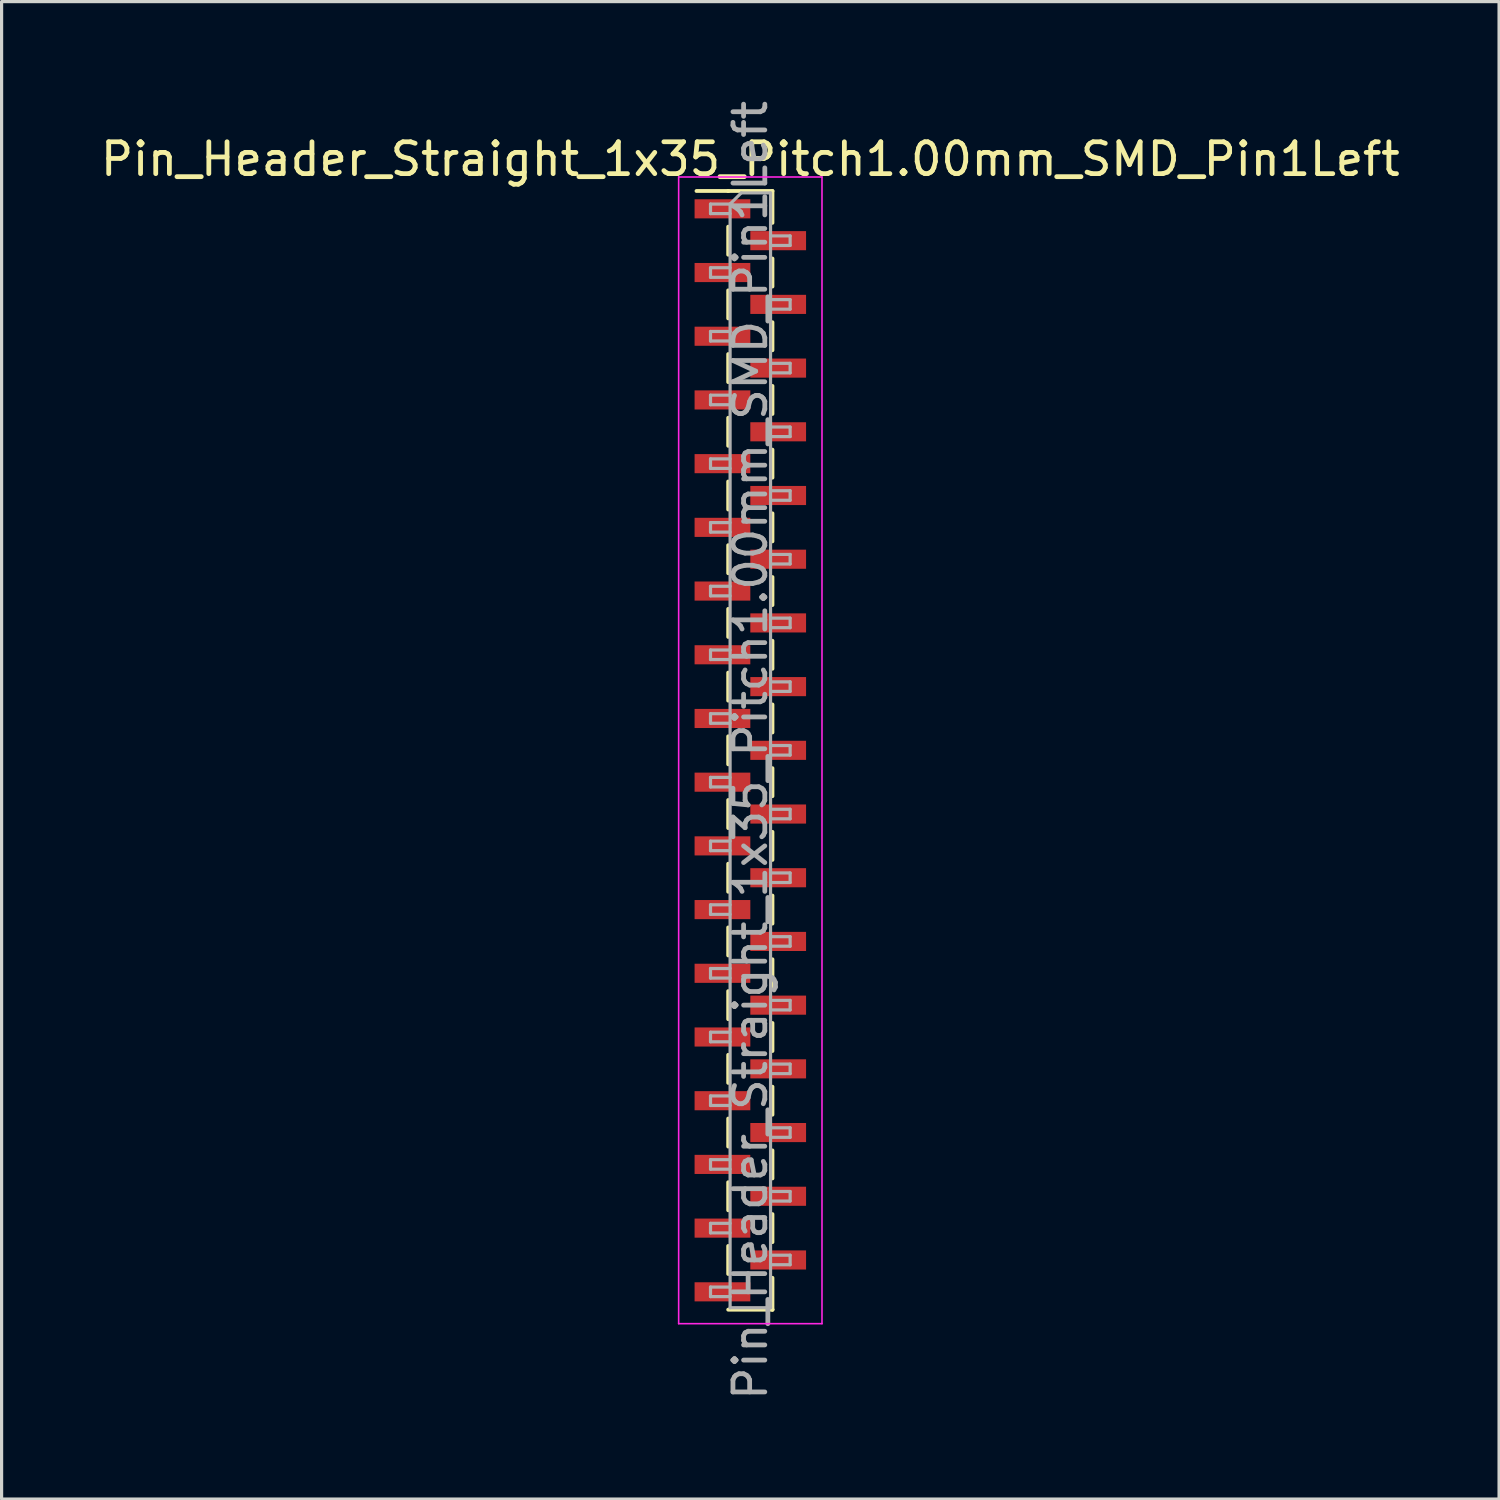
<source format=kicad_pcb>
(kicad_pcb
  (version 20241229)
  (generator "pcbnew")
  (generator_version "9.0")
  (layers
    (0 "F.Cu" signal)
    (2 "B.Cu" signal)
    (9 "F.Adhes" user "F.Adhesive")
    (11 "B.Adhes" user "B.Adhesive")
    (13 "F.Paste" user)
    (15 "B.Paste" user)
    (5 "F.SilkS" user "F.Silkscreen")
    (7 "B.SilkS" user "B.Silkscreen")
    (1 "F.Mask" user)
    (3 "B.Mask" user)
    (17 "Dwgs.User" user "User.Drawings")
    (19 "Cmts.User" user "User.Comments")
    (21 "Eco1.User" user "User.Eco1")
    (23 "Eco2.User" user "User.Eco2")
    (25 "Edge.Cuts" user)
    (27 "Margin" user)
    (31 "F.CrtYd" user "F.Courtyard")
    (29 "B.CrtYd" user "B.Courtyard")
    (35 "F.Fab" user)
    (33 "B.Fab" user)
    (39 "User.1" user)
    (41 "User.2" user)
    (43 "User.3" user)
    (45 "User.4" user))
  (footprint "Pin_Header_Straight_1x35_Pitch1.00mm_SMD_Pin1Left"
    (layer "F.Cu")
    (at 20.506 20.506)
    (property "Reference" "Pin_Header_Straight_1x35_Pitch1.00mm_SMD_Pin1Left" (at 0 -18.56 0) (layer "F.SilkS") (effects (font (size 1 1) (thickness 0.15))))
    (attr smd)
    (fp_line (start -0.695 -17.56) (end -1.69 -17.56) (stroke (width 0.12) (type solid)) (layer "F.SilkS"))
    (fp_line (start -0.695 -17.56) (end -0.695 -17.56) (stroke (width 0.12) (type solid)) (layer "F.SilkS"))
    (fp_line (start -0.695 -17.56) (end 0.695 -17.56) (stroke (width 0.12) (type solid)) (layer "F.SilkS"))
    (fp_line (start -0.695 -16.44) (end -0.695 -15.56) (stroke (width 0.12) (type solid)) (layer "F.SilkS"))
    (fp_line (start -0.695 -14.44) (end -0.695 -13.56) (stroke (width 0.12) (type solid)) (layer "F.SilkS"))
    (fp_line (start -0.695 -12.44) (end -0.695 -11.56) (stroke (width 0.12) (type solid)) (layer "F.SilkS"))
    (fp_line (start -0.695 -10.44) (end -0.695 -9.56) (stroke (width 0.12) (type solid)) (layer "F.SilkS"))
    (fp_line (start -0.695 -8.44) (end -0.695 -7.56) (stroke (width 0.12) (type solid)) (layer "F.SilkS"))
    (fp_line (start -0.695 -6.44) (end -0.695 -5.56) (stroke (width 0.12) (type solid)) (layer "F.SilkS"))
    (fp_line (start -0.695 -4.44) (end -0.695 -3.56) (stroke (width 0.12) (type solid)) (layer "F.SilkS"))
    (fp_line (start -0.695 -2.44) (end -0.695 -1.56) (stroke (width 0.12) (type solid)) (layer "F.SilkS"))
    (fp_line (start -0.695 -0.44) (end -0.695 0.44) (stroke (width 0.12) (type solid)) (layer "F.SilkS"))
    (fp_line (start -0.695 1.56) (end -0.695 2.44) (stroke (width 0.12) (type solid)) (layer "F.SilkS"))
    (fp_line (start -0.695 3.56) (end -0.695 4.44) (stroke (width 0.12) (type solid)) (layer "F.SilkS"))
    (fp_line (start -0.695 5.56) (end -0.695 6.44) (stroke (width 0.12) (type solid)) (layer "F.SilkS"))
    (fp_line (start -0.695 7.56) (end -0.695 8.44) (stroke (width 0.12) (type solid)) (layer "F.SilkS"))
    (fp_line (start -0.695 9.56) (end -0.695 10.44) (stroke (width 0.12) (type solid)) (layer "F.SilkS"))
    (fp_line (start -0.695 11.56) (end -0.695 12.44) (stroke (width 0.12) (type solid)) (layer "F.SilkS"))
    (fp_line (start -0.695 13.56) (end -0.695 14.44) (stroke (width 0.12) (type solid)) (layer "F.SilkS"))
    (fp_line (start -0.695 15.56) (end -0.695 16.44) (stroke (width 0.12) (type solid)) (layer "F.SilkS"))
    (fp_line (start -0.695 17.56) (end 0.695 17.56) (stroke (width 0.12) (type solid)) (layer "F.SilkS"))
    (fp_line (start 0.695 -17.56) (end 0.695 -16.56) (stroke (width 0.12) (type solid)) (layer "F.SilkS"))
    (fp_line (start 0.695 -15.44) (end 0.695 -14.56) (stroke (width 0.12) (type solid)) (layer "F.SilkS"))
    (fp_line (start 0.695 -13.44) (end 0.695 -12.56) (stroke (width 0.12) (type solid)) (layer "F.SilkS"))
    (fp_line (start 0.695 -11.44) (end 0.695 -10.56) (stroke (width 0.12) (type solid)) (layer "F.SilkS"))
    (fp_line (start 0.695 -9.44) (end 0.695 -8.56) (stroke (width 0.12) (type solid)) (layer "F.SilkS"))
    (fp_line (start 0.695 -7.44) (end 0.695 -6.56) (stroke (width 0.12) (type solid)) (layer "F.SilkS"))
    (fp_line (start 0.695 -5.44) (end 0.695 -4.56) (stroke (width 0.12) (type solid)) (layer "F.SilkS"))
    (fp_line (start 0.695 -3.44) (end 0.695 -2.56) (stroke (width 0.12) (type solid)) (layer "F.SilkS"))
    (fp_line (start 0.695 -1.44) (end 0.695 -0.56) (stroke (width 0.12) (type solid)) (layer "F.SilkS"))
    (fp_line (start 0.695 0.56) (end 0.695 1.44) (stroke (width 0.12) (type solid)) (layer "F.SilkS"))
    (fp_line (start 0.695 2.56) (end 0.695 3.44) (stroke (width 0.12) (type solid)) (layer "F.SilkS"))
    (fp_line (start 0.695 4.56) (end 0.695 5.44) (stroke (width 0.12) (type solid)) (layer "F.SilkS"))
    (fp_line (start 0.695 6.56) (end 0.695 7.44) (stroke (width 0.12) (type solid)) (layer "F.SilkS"))
    (fp_line (start 0.695 8.56) (end 0.695 9.44) (stroke (width 0.12) (type solid)) (layer "F.SilkS"))
    (fp_line (start 0.695 10.56) (end 0.695 11.44) (stroke (width 0.12) (type solid)) (layer "F.SilkS"))
    (fp_line (start 0.695 12.56) (end 0.695 13.44) (stroke (width 0.12) (type solid)) (layer "F.SilkS"))
    (fp_line (start 0.695 14.56) (end 0.695 15.44) (stroke (width 0.12) (type solid)) (layer "F.SilkS"))
    (fp_line (start 0.695 16.56) (end 0.695 17.56) (stroke (width 0.12) (type solid)) (layer "F.SilkS"))
    (fp_line (start 0.695 17.56) (end 0.695 17.56) (stroke (width 0.12) (type solid)) (layer "F.SilkS"))
    (fp_line (start -2.25 -18) (end -2.25 18) (stroke (width 0.05) (type solid)) (layer "F.CrtYd"))
    (fp_line (start -2.25 18) (end 2.25 18) (stroke (width 0.05) (type solid)) (layer "F.CrtYd"))
    (fp_line (start 2.25 -18) (end -2.25 -18) (stroke (width 0.05) (type solid)) (layer "F.CrtYd"))
    (fp_line (start 2.25 18) (end 2.25 -18) (stroke (width 0.05) (type solid)) (layer "F.CrtYd"))
    (fp_line (start -1.25 -17.15) (end -1.25 -16.85) (stroke (width 0.1) (type solid)) (layer "F.Fab"))
    (fp_line (start -1.25 -16.85) (end -0.635 -16.85) (stroke (width 0.1) (type solid)) (layer "F.Fab"))
    (fp_line (start -1.25 -15.15) (end -1.25 -14.85) (stroke (width 0.1) (type solid)) (layer "F.Fab"))
    (fp_line (start -1.25 -14.85) (end -0.635 -14.85) (stroke (width 0.1) (type solid)) (layer "F.Fab"))
    (fp_line (start -1.25 -13.15) (end -1.25 -12.85) (stroke (width 0.1) (type solid)) (layer "F.Fab"))
    (fp_line (start -1.25 -12.85) (end -0.635 -12.85) (stroke (width 0.1) (type solid)) (layer "F.Fab"))
    (fp_line (start -1.25 -11.15) (end -1.25 -10.85) (stroke (width 0.1) (type solid)) (layer "F.Fab"))
    (fp_line (start -1.25 -10.85) (end -0.635 -10.85) (stroke (width 0.1) (type solid)) (layer "F.Fab"))
    (fp_line (start -1.25 -9.15) (end -1.25 -8.85) (stroke (width 0.1) (type solid)) (layer "F.Fab"))
    (fp_line (start -1.25 -8.85) (end -0.635 -8.85) (stroke (width 0.1) (type solid)) (layer "F.Fab"))
    (fp_line (start -1.25 -7.15) (end -1.25 -6.85) (stroke (width 0.1) (type solid)) (layer "F.Fab"))
    (fp_line (start -1.25 -6.85) (end -0.635 -6.85) (stroke (width 0.1) (type solid)) (layer "F.Fab"))
    (fp_line (start -1.25 -5.15) (end -1.25 -4.85) (stroke (width 0.1) (type solid)) (layer "F.Fab"))
    (fp_line (start -1.25 -4.85) (end -0.635 -4.85) (stroke (width 0.1) (type solid)) (layer "F.Fab"))
    (fp_line (start -1.25 -3.15) (end -1.25 -2.85) (stroke (width 0.1) (type solid)) (layer "F.Fab"))
    (fp_line (start -1.25 -2.85) (end -0.635 -2.85) (stroke (width 0.1) (type solid)) (layer "F.Fab"))
    (fp_line (start -1.25 -1.15) (end -1.25 -0.85) (stroke (width 0.1) (type solid)) (layer "F.Fab"))
    (fp_line (start -1.25 -0.85) (end -0.635 -0.85) (stroke (width 0.1) (type solid)) (layer "F.Fab"))
    (fp_line (start -1.25 0.85) (end -1.25 1.15) (stroke (width 0.1) (type solid)) (layer "F.Fab"))
    (fp_line (start -1.25 1.15) (end -0.635 1.15) (stroke (width 0.1) (type solid)) (layer "F.Fab"))
    (fp_line (start -1.25 2.85) (end -1.25 3.15) (stroke (width 0.1) (type solid)) (layer "F.Fab"))
    (fp_line (start -1.25 3.15) (end -0.635 3.15) (stroke (width 0.1) (type solid)) (layer "F.Fab"))
    (fp_line (start -1.25 4.85) (end -1.25 5.15) (stroke (width 0.1) (type solid)) (layer "F.Fab"))
    (fp_line (start -1.25 5.15) (end -0.635 5.15) (stroke (width 0.1) (type solid)) (layer "F.Fab"))
    (fp_line (start -1.25 6.85) (end -1.25 7.15) (stroke (width 0.1) (type solid)) (layer "F.Fab"))
    (fp_line (start -1.25 7.15) (end -0.635 7.15) (stroke (width 0.1) (type solid)) (layer "F.Fab"))
    (fp_line (start -1.25 8.85) (end -1.25 9.15) (stroke (width 0.1) (type solid)) (layer "F.Fab"))
    (fp_line (start -1.25 9.15) (end -0.635 9.15) (stroke (width 0.1) (type solid)) (layer "F.Fab"))
    (fp_line (start -1.25 10.85) (end -1.25 11.15) (stroke (width 0.1) (type solid)) (layer "F.Fab"))
    (fp_line (start -1.25 11.15) (end -0.635 11.15) (stroke (width 0.1) (type solid)) (layer "F.Fab"))
    (fp_line (start -1.25 12.85) (end -1.25 13.15) (stroke (width 0.1) (type solid)) (layer "F.Fab"))
    (fp_line (start -1.25 13.15) (end -0.635 13.15) (stroke (width 0.1) (type solid)) (layer "F.Fab"))
    (fp_line (start -1.25 14.85) (end -1.25 15.15) (stroke (width 0.1) (type solid)) (layer "F.Fab"))
    (fp_line (start -1.25 15.15) (end -0.635 15.15) (stroke (width 0.1) (type solid)) (layer "F.Fab"))
    (fp_line (start -1.25 16.85) (end -1.25 17.15) (stroke (width 0.1) (type solid)) (layer "F.Fab"))
    (fp_line (start -1.25 17.15) (end -0.635 17.15) (stroke (width 0.1) (type solid)) (layer "F.Fab"))
    (fp_line (start -0.635 -17.15) (end -1.25 -17.15) (stroke (width 0.1) (type solid)) (layer "F.Fab"))
    (fp_line (start -0.635 -17.15) (end -0.285 -17.5) (stroke (width 0.1) (type solid)) (layer "F.Fab"))
    (fp_line (start -0.635 -15.15) (end -1.25 -15.15) (stroke (width 0.1) (type solid)) (layer "F.Fab"))
    (fp_line (start -0.635 -13.15) (end -1.25 -13.15) (stroke (width 0.1) (type solid)) (layer "F.Fab"))
    (fp_line (start -0.635 -11.15) (end -1.25 -11.15) (stroke (width 0.1) (type solid)) (layer "F.Fab"))
    (fp_line (start -0.635 -9.15) (end -1.25 -9.15) (stroke (width 0.1) (type solid)) (layer "F.Fab"))
    (fp_line (start -0.635 -7.15) (end -1.25 -7.15) (stroke (width 0.1) (type solid)) (layer "F.Fab"))
    (fp_line (start -0.635 -5.15) (end -1.25 -5.15) (stroke (width 0.1) (type solid)) (layer "F.Fab"))
    (fp_line (start -0.635 -3.15) (end -1.25 -3.15) (stroke (width 0.1) (type solid)) (layer "F.Fab"))
    (fp_line (start -0.635 -1.15) (end -1.25 -1.15) (stroke (width 0.1) (type solid)) (layer "F.Fab"))
    (fp_line (start -0.635 0.85) (end -1.25 0.85) (stroke (width 0.1) (type solid)) (layer "F.Fab"))
    (fp_line (start -0.635 2.85) (end -1.25 2.85) (stroke (width 0.1) (type solid)) (layer "F.Fab"))
    (fp_line (start -0.635 4.85) (end -1.25 4.85) (stroke (width 0.1) (type solid)) (layer "F.Fab"))
    (fp_line (start -0.635 6.85) (end -1.25 6.85) (stroke (width 0.1) (type solid)) (layer "F.Fab"))
    (fp_line (start -0.635 8.85) (end -1.25 8.85) (stroke (width 0.1) (type solid)) (layer "F.Fab"))
    (fp_line (start -0.635 10.85) (end -1.25 10.85) (stroke (width 0.1) (type solid)) (layer "F.Fab"))
    (fp_line (start -0.635 12.85) (end -1.25 12.85) (stroke (width 0.1) (type solid)) (layer "F.Fab"))
    (fp_line (start -0.635 14.85) (end -1.25 14.85) (stroke (width 0.1) (type solid)) (layer "F.Fab"))
    (fp_line (start -0.635 16.85) (end -1.25 16.85) (stroke (width 0.1) (type solid)) (layer "F.Fab"))
    (fp_line (start -0.635 17.5) (end -0.635 -17.15) (stroke (width 0.1) (type solid)) (layer "F.Fab"))
    (fp_line (start -0.285 -17.5) (end 0.635 -17.5) (stroke (width 0.1) (type solid)) (layer "F.Fab"))
    (fp_line (start 0.635 -17.5) (end 0.635 17.5) (stroke (width 0.1) (type solid)) (layer "F.Fab"))
    (fp_line (start 0.635 -16.15) (end 1.25 -16.15) (stroke (width 0.1) (type solid)) (layer "F.Fab"))
    (fp_line (start 0.635 -14.15) (end 1.25 -14.15) (stroke (width 0.1) (type solid)) (layer "F.Fab"))
    (fp_line (start 0.635 -12.15) (end 1.25 -12.15) (stroke (width 0.1) (type solid)) (layer "F.Fab"))
    (fp_line (start 0.635 -10.15) (end 1.25 -10.15) (stroke (width 0.1) (type solid)) (layer "F.Fab"))
    (fp_line (start 0.635 -8.15) (end 1.25 -8.15) (stroke (width 0.1) (type solid)) (layer "F.Fab"))
    (fp_line (start 0.635 -6.15) (end 1.25 -6.15) (stroke (width 0.1) (type solid)) (layer "F.Fab"))
    (fp_line (start 0.635 -4.15) (end 1.25 -4.15) (stroke (width 0.1) (type solid)) (layer "F.Fab"))
    (fp_line (start 0.635 -2.15) (end 1.25 -2.15) (stroke (width 0.1) (type solid)) (layer "F.Fab"))
    (fp_line (start 0.635 -0.15) (end 1.25 -0.15) (stroke (width 0.1) (type solid)) (layer "F.Fab"))
    (fp_line (start 0.635 1.85) (end 1.25 1.85) (stroke (width 0.1) (type solid)) (layer "F.Fab"))
    (fp_line (start 0.635 3.85) (end 1.25 3.85) (stroke (width 0.1) (type solid)) (layer "F.Fab"))
    (fp_line (start 0.635 5.85) (end 1.25 5.85) (stroke (width 0.1) (type solid)) (layer "F.Fab"))
    (fp_line (start 0.635 7.85) (end 1.25 7.85) (stroke (width 0.1) (type solid)) (layer "F.Fab"))
    (fp_line (start 0.635 9.85) (end 1.25 9.85) (stroke (width 0.1) (type solid)) (layer "F.Fab"))
    (fp_line (start 0.635 11.85) (end 1.25 11.85) (stroke (width 0.1) (type solid)) (layer "F.Fab"))
    (fp_line (start 0.635 13.85) (end 1.25 13.85) (stroke (width 0.1) (type solid)) (layer "F.Fab"))
    (fp_line (start 0.635 15.85) (end 1.25 15.85) (stroke (width 0.1) (type solid)) (layer "F.Fab"))
    (fp_line (start 0.635 17.5) (end -0.635 17.5) (stroke (width 0.1) (type solid)) (layer "F.Fab"))
    (fp_line (start 1.25 -16.15) (end 1.25 -15.85) (stroke (width 0.1) (type solid)) (layer "F.Fab"))
    (fp_line (start 1.25 -15.85) (end 0.635 -15.85) (stroke (width 0.1) (type solid)) (layer "F.Fab"))
    (fp_line (start 1.25 -14.15) (end 1.25 -13.85) (stroke (width 0.1) (type solid)) (layer "F.Fab"))
    (fp_line (start 1.25 -13.85) (end 0.635 -13.85) (stroke (width 0.1) (type solid)) (layer "F.Fab"))
    (fp_line (start 1.25 -12.15) (end 1.25 -11.85) (stroke (width 0.1) (type solid)) (layer "F.Fab"))
    (fp_line (start 1.25 -11.85) (end 0.635 -11.85) (stroke (width 0.1) (type solid)) (layer "F.Fab"))
    (fp_line (start 1.25 -10.15) (end 1.25 -9.85) (stroke (width 0.1) (type solid)) (layer "F.Fab"))
    (fp_line (start 1.25 -9.85) (end 0.635 -9.85) (stroke (width 0.1) (type solid)) (layer "F.Fab"))
    (fp_line (start 1.25 -8.15) (end 1.25 -7.85) (stroke (width 0.1) (type solid)) (layer "F.Fab"))
    (fp_line (start 1.25 -7.85) (end 0.635 -7.85) (stroke (width 0.1) (type solid)) (layer "F.Fab"))
    (fp_line (start 1.25 -6.15) (end 1.25 -5.85) (stroke (width 0.1) (type solid)) (layer "F.Fab"))
    (fp_line (start 1.25 -5.85) (end 0.635 -5.85) (stroke (width 0.1) (type solid)) (layer "F.Fab"))
    (fp_line (start 1.25 -4.15) (end 1.25 -3.85) (stroke (width 0.1) (type solid)) (layer "F.Fab"))
    (fp_line (start 1.25 -3.85) (end 0.635 -3.85) (stroke (width 0.1) (type solid)) (layer "F.Fab"))
    (fp_line (start 1.25 -2.15) (end 1.25 -1.85) (stroke (width 0.1) (type solid)) (layer "F.Fab"))
    (fp_line (start 1.25 -1.85) (end 0.635 -1.85) (stroke (width 0.1) (type solid)) (layer "F.Fab"))
    (fp_line (start 1.25 -0.15) (end 1.25 0.15) (stroke (width 0.1) (type solid)) (layer "F.Fab"))
    (fp_line (start 1.25 0.15) (end 0.635 0.15) (stroke (width 0.1) (type solid)) (layer "F.Fab"))
    (fp_line (start 1.25 1.85) (end 1.25 2.15) (stroke (width 0.1) (type solid)) (layer "F.Fab"))
    (fp_line (start 1.25 2.15) (end 0.635 2.15) (stroke (width 0.1) (type solid)) (layer "F.Fab"))
    (fp_line (start 1.25 3.85) (end 1.25 4.15) (stroke (width 0.1) (type solid)) (layer "F.Fab"))
    (fp_line (start 1.25 4.15) (end 0.635 4.15) (stroke (width 0.1) (type solid)) (layer "F.Fab"))
    (fp_line (start 1.25 5.85) (end 1.25 6.15) (stroke (width 0.1) (type solid)) (layer "F.Fab"))
    (fp_line (start 1.25 6.15) (end 0.635 6.15) (stroke (width 0.1) (type solid)) (layer "F.Fab"))
    (fp_line (start 1.25 7.85) (end 1.25 8.15) (stroke (width 0.1) (type solid)) (layer "F.Fab"))
    (fp_line (start 1.25 8.15) (end 0.635 8.15) (stroke (width 0.1) (type solid)) (layer "F.Fab"))
    (fp_line (start 1.25 9.85) (end 1.25 10.15) (stroke (width 0.1) (type solid)) (layer "F.Fab"))
    (fp_line (start 1.25 10.15) (end 0.635 10.15) (stroke (width 0.1) (type solid)) (layer "F.Fab"))
    (fp_line (start 1.25 11.85) (end 1.25 12.15) (stroke (width 0.1) (type solid)) (layer "F.Fab"))
    (fp_line (start 1.25 12.15) (end 0.635 12.15) (stroke (width 0.1) (type solid)) (layer "F.Fab"))
    (fp_line (start 1.25 13.85) (end 1.25 14.15) (stroke (width 0.1) (type solid)) (layer "F.Fab"))
    (fp_line (start 1.25 14.15) (end 0.635 14.15) (stroke (width 0.1) (type solid)) (layer "F.Fab"))
    (fp_line (start 1.25 15.85) (end 1.25 16.15) (stroke (width 0.1) (type solid)) (layer "F.Fab"))
    (fp_line (start 1.25 16.15) (end 0.635 16.15) (stroke (width 0.1) (type solid)) (layer "F.Fab"))
    (fp_text user "${REFERENCE}" (at 0 0 90) (layer "F.Fab") (effects (font (size 1 1) (thickness 0.15))))
    (pad "1" smd rect (at -0.875 -17) (size 1.75 0.6) (layers "F.Cu" "F.Mask" "F.Paste"))
    (pad "2" smd rect (at 0.875 -16) (size 1.75 0.6) (layers "F.Cu" "F.Mask" "F.Paste"))
    (pad "3" smd rect (at -0.875 -15) (size 1.75 0.6) (layers "F.Cu" "F.Mask" "F.Paste"))
    (pad "4" smd rect (at 0.875 -14) (size 1.75 0.6) (layers "F.Cu" "F.Mask" "F.Paste"))
    (pad "5" smd rect (at -0.875 -13) (size 1.75 0.6) (layers "F.Cu" "F.Mask" "F.Paste"))
    (pad "6" smd rect (at 0.875 -12) (size 1.75 0.6) (layers "F.Cu" "F.Mask" "F.Paste"))
    (pad "7" smd rect (at -0.875 -11) (size 1.75 0.6) (layers "F.Cu" "F.Mask" "F.Paste"))
    (pad "8" smd rect (at 0.875 -10) (size 1.75 0.6) (layers "F.Cu" "F.Mask" "F.Paste"))
    (pad "9" smd rect (at -0.875 -9) (size 1.75 0.6) (layers "F.Cu" "F.Mask" "F.Paste"))
    (pad "10" smd rect (at 0.875 -8) (size 1.75 0.6) (layers "F.Cu" "F.Mask" "F.Paste"))
    (pad "11" smd rect (at -0.875 -7) (size 1.75 0.6) (layers "F.Cu" "F.Mask" "F.Paste"))
    (pad "12" smd rect (at 0.875 -6) (size 1.75 0.6) (layers "F.Cu" "F.Mask" "F.Paste"))
    (pad "13" smd rect (at -0.875 -5) (size 1.75 0.6) (layers "F.Cu" "F.Mask" "F.Paste"))
    (pad "14" smd rect (at 0.875 -4) (size 1.75 0.6) (layers "F.Cu" "F.Mask" "F.Paste"))
    (pad "15" smd rect (at -0.875 -3) (size 1.75 0.6) (layers "F.Cu" "F.Mask" "F.Paste"))
    (pad "16" smd rect (at 0.875 -2) (size 1.75 0.6) (layers "F.Cu" "F.Mask" "F.Paste"))
    (pad "17" smd rect (at -0.875 -1) (size 1.75 0.6) (layers "F.Cu" "F.Mask" "F.Paste"))
    (pad "18" smd rect (at 0.875 0) (size 1.75 0.6) (layers "F.Cu" "F.Mask" "F.Paste"))
    (pad "19" smd rect (at -0.875 1) (size 1.75 0.6) (layers "F.Cu" "F.Mask" "F.Paste"))
    (pad "20" smd rect (at 0.875 2) (size 1.75 0.6) (layers "F.Cu" "F.Mask" "F.Paste"))
    (pad "21" smd rect (at -0.875 3) (size 1.75 0.6) (layers "F.Cu" "F.Mask" "F.Paste"))
    (pad "22" smd rect (at 0.875 4) (size 1.75 0.6) (layers "F.Cu" "F.Mask" "F.Paste"))
    (pad "23" smd rect (at -0.875 5) (size 1.75 0.6) (layers "F.Cu" "F.Mask" "F.Paste"))
    (pad "24" smd rect (at 0.875 6) (size 1.75 0.6) (layers "F.Cu" "F.Mask" "F.Paste"))
    (pad "25" smd rect (at -0.875 7) (size 1.75 0.6) (layers "F.Cu" "F.Mask" "F.Paste"))
    (pad "26" smd rect (at 0.875 8) (size 1.75 0.6) (layers "F.Cu" "F.Mask" "F.Paste"))
    (pad "27" smd rect (at -0.875 9) (size 1.75 0.6) (layers "F.Cu" "F.Mask" "F.Paste"))
    (pad "28" smd rect (at 0.875 10) (size 1.75 0.6) (layers "F.Cu" "F.Mask" "F.Paste"))
    (pad "29" smd rect (at -0.875 11) (size 1.75 0.6) (layers "F.Cu" "F.Mask" "F.Paste"))
    (pad "30" smd rect (at 0.875 12) (size 1.75 0.6) (layers "F.Cu" "F.Mask" "F.Paste"))
    (pad "31" smd rect (at -0.875 13) (size 1.75 0.6) (layers "F.Cu" "F.Mask" "F.Paste"))
    (pad "32" smd rect (at 0.875 14) (size 1.75 0.6) (layers "F.Cu" "F.Mask" "F.Paste"))
    (pad "33" smd rect (at -0.875 15) (size 1.75 0.6) (layers "F.Cu" "F.Mask" "F.Paste"))
    (pad "34" smd rect (at 0.875 16) (size 1.75 0.6) (layers "F.Cu" "F.Mask" "F.Paste"))
    (pad "35" smd rect (at -0.875 17) (size 1.75 0.6) (layers "F.Cu" "F.Mask" "F.Paste")))
  (gr_rect
    (start -3 -3)
    (end 44.012 44.012)
    (stroke (width 0.1) (type default))
    (fill no)
    (layer "Edge.Cuts")))
</source>
